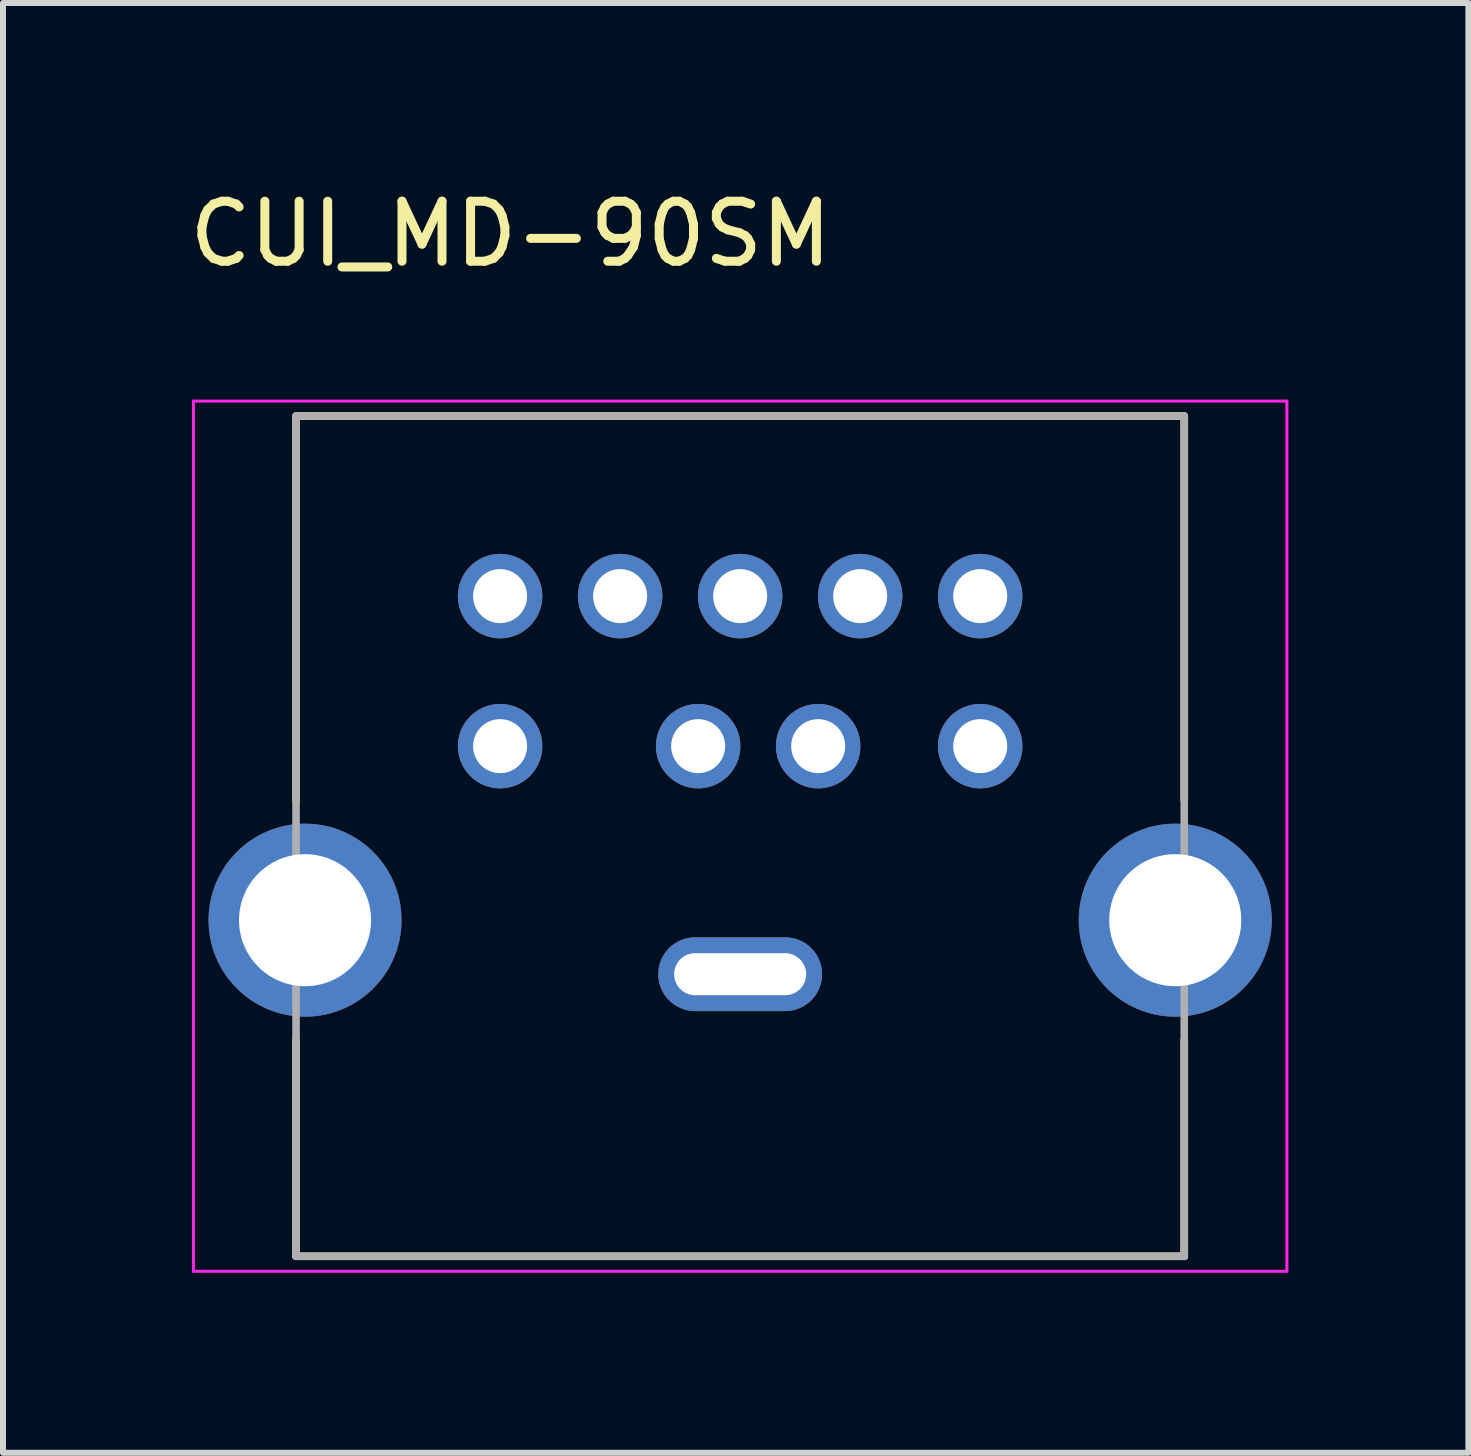
<source format=kicad_pcb>
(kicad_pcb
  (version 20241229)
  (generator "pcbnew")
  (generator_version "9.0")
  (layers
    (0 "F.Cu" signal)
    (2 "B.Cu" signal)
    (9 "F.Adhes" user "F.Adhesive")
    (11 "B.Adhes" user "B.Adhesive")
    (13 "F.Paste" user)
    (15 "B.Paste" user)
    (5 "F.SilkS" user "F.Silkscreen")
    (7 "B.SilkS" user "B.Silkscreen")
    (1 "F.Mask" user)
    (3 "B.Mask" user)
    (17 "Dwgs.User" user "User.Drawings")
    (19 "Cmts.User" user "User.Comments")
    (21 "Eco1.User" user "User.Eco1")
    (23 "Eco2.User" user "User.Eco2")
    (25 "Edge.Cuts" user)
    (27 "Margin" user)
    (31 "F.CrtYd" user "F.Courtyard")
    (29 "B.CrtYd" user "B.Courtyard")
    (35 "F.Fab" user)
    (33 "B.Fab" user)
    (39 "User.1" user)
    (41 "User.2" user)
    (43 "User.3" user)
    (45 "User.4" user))
  (footprint "CUI_MD-90SM"
    (layer "F.Cu")
    (at 9.283 13.183)
    (property "Reference" "CUI_MD-90SM" (at -3.825 -12.335 0) (layer "F.SilkS") (effects (font (size 1 1) (thickness 0.15))))
    (attr through_hole)
    (fp_line (start -7.4 -9.3) (end 7.4 -9.3) (stroke (width 0.127) (type solid)) (layer "F.SilkS"))
    (fp_line (start -7.4 -2.9) (end -7.4 -9.3) (stroke (width 0.127) (type solid)) (layer "F.SilkS"))
    (fp_line (start -7.4 4.7) (end -7.4 1.1) (stroke (width 0.127) (type solid)) (layer "F.SilkS"))
    (fp_line (start 7.4 -9.3) (end 7.4 -2.9) (stroke (width 0.127) (type solid)) (layer "F.SilkS"))
    (fp_line (start 7.4 4.7) (end -7.4 4.7) (stroke (width 0.127) (type solid)) (layer "F.SilkS"))
    (fp_line (start 7.4 4.7) (end 7.4 1.1) (stroke (width 0.127) (type solid)) (layer "F.SilkS"))
    (fp_line (start -9.11 -9.55) (end -9.11 4.95) (stroke (width 0.05) (type solid)) (layer "F.CrtYd"))
    (fp_line (start -9.11 4.95) (end 9.11 4.95) (stroke (width 0.05) (type solid)) (layer "F.CrtYd"))
    (fp_line (start 9.11 -9.55) (end -9.11 -9.55) (stroke (width 0.05) (type solid)) (layer "F.CrtYd"))
    (fp_line (start 9.11 4.95) (end 9.11 -9.55) (stroke (width 0.05) (type solid)) (layer "F.CrtYd"))
    (fp_line (start -7.4 -9.3) (end 7.4 -9.3) (stroke (width 0.127) (type solid)) (layer "F.Fab"))
    (fp_line (start -7.4 4.7) (end -7.4 -9.3) (stroke (width 0.127) (type solid)) (layer "F.Fab"))
    (fp_line (start 7.4 -9.3) (end 7.4 4.7) (stroke (width 0.127) (type solid)) (layer "F.Fab"))
    (fp_line (start 7.4 4.7) (end -7.4 4.7) (stroke (width 0.127) (type solid)) (layer "F.Fab"))
    (pad "1" thru_hole circle (at 1.3 -3.8) (size 1.408 1.408) (drill 0.9) (layers "*.Cu" "*.Mask"))
    (pad "2" thru_hole circle (at -0.7 -3.8) (size 1.408 1.408) (drill 0.9) (layers "*.Cu" "*.Mask"))
    (pad "3" thru_hole circle (at 4 -3.8) (size 1.408 1.408) (drill 0.9) (layers "*.Cu" "*.Mask"))
    (pad "4" thru_hole circle (at 2 -6.3) (size 1.408 1.408) (drill 0.9) (layers "*.Cu" "*.Mask"))
    (pad "5" thru_hole circle (at 0 -6.3) (size 1.408 1.408) (drill 0.9) (layers "*.Cu" "*.Mask"))
    (pad "6" thru_hole circle (at -4 -3.8) (size 1.408 1.408) (drill 0.9) (layers "*.Cu" "*.Mask"))
    (pad "7" thru_hole circle (at 4 -6.3) (size 1.408 1.408) (drill 0.9) (layers "*.Cu" "*.Mask"))
    (pad "8" thru_hole circle (at -2 -6.3) (size 1.408 1.408) (drill 0.9) (layers "*.Cu" "*.Mask"))
    (pad "9" thru_hole circle (at -4 -6.3) (size 1.408 1.408) (drill 0.9) (layers "*.Cu" "*.Mask"))
    (pad "S1" thru_hole oval (at 0 0) (size 2.73 1.23) (drill oval 2.2 0.7) (layers "*.Cu" "*.Mask"))
    (pad "S2" thru_hole circle (at -7.25 -0.9) (size 3.216 3.216) (drill 2.2) (layers "*.Cu" "*.Mask"))
    (pad "S3" thru_hole circle (at 7.25 -0.9) (size 3.216 3.216) (drill 2.2) (layers "*.Cu" "*.Mask")))
  (gr_rect
    (start -3 -3)
    (end 21.418 21.158)
    (stroke (width 0.1) (type default))
    (fill no)
    (layer "Edge.Cuts")))
</source>
